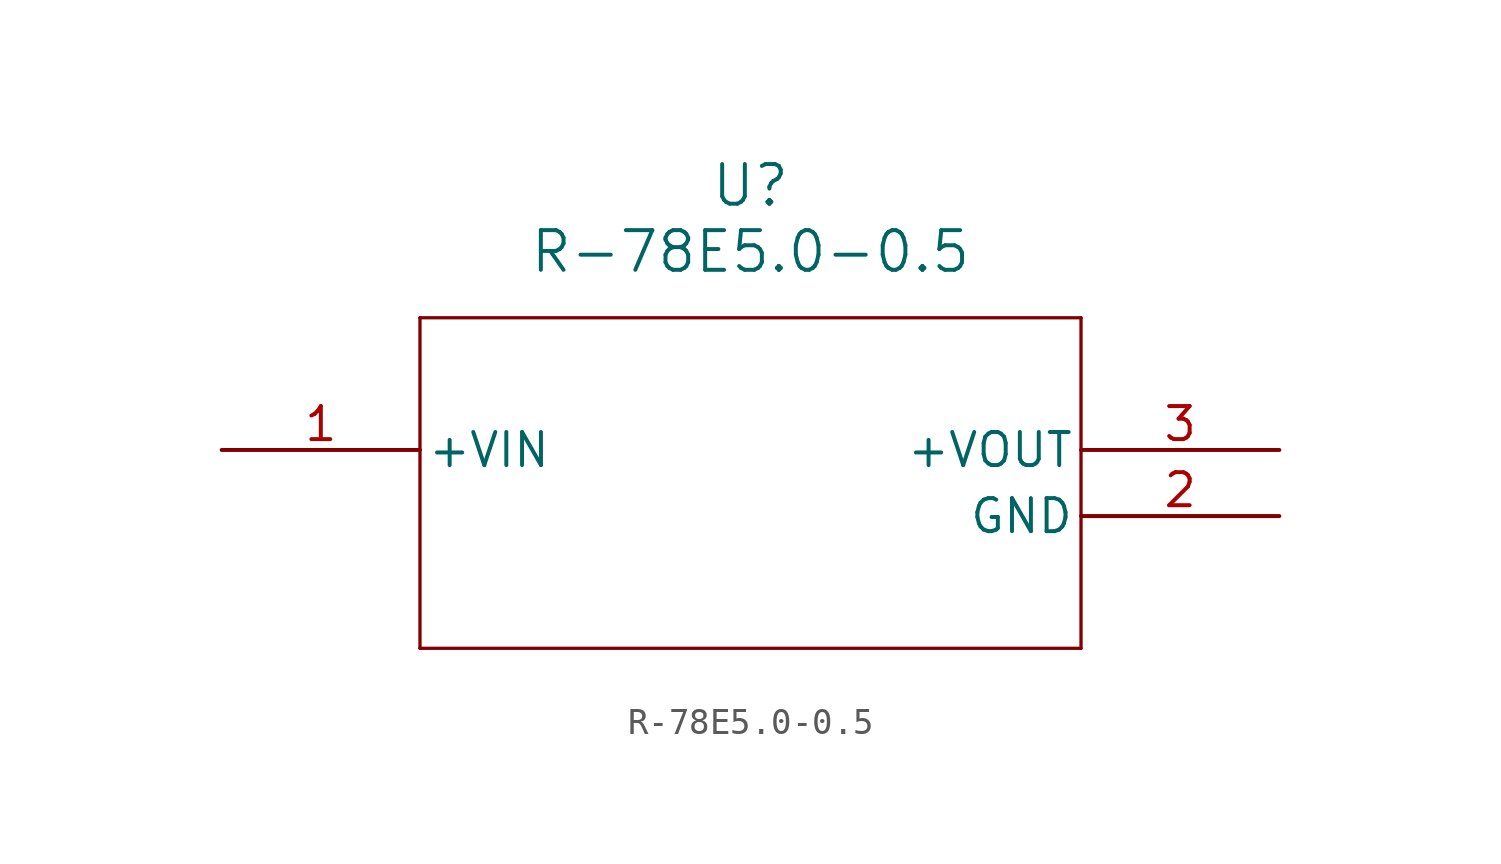
<source format=kicad_sym>
(kicad_symbol_lib
  (version 20241209)
  (generator "kicad_symbol_editor")
  (generator_version "9.0")
  (symbol "R-78E5.0-0.5"
    (pin_names
      (offset 0.254))
    (property "Reference" "U"
      (at 20.32 10.16 0)
      (effects (font (size 1.524 1.524))))
    (property "Value" "R-78E5.0-0.5"
      (at 20.32 7.62 0)
      (effects (font (size 1.524 1.524))))
    (property "ki_locked" ""
      (at 0 0 0)
      (effects (font (size 1.27 1.27))))
    (symbol "R-78E5.0-0.5_0_1"
      (polyline (pts (xy 7.62 5.08) (xy 7.62 -7.62)) (stroke (width 0.127) (type default)) (fill (type none)))
      (polyline (pts (xy 7.62 -7.62) (xy 33.02 -7.62)) (stroke (width 0.127) (type default)) (fill (type none)))
      (polyline (pts (xy 33.02 5.08) (xy 7.62 5.08)) (stroke (width 0.127) (type default)) (fill (type none)))
      (polyline (pts (xy 33.02 -7.62) (xy 33.02 5.08)) (stroke (width 0.127) (type default)) (fill (type none)))
      (pin power_in line (at 0 0 0) (length 7.62) (name "+VIN" (effects (font (size 1.27 1.27)))) (number "1" (effects (font (size 1.27 1.27)))))
      (pin power_in line (at 40.64 0 180) (length 7.62) (name "+VOUT" (effects (font (size 1.27 1.27)))) (number "3" (effects (font (size 1.27 1.27)))))
      (pin power_out line (at 40.64 -2.54 180) (length 7.62) (name "GND" (effects (font (size 1.27 1.27)))) (number "2" (effects (font (size 1.27 1.27))))))))
</source>
